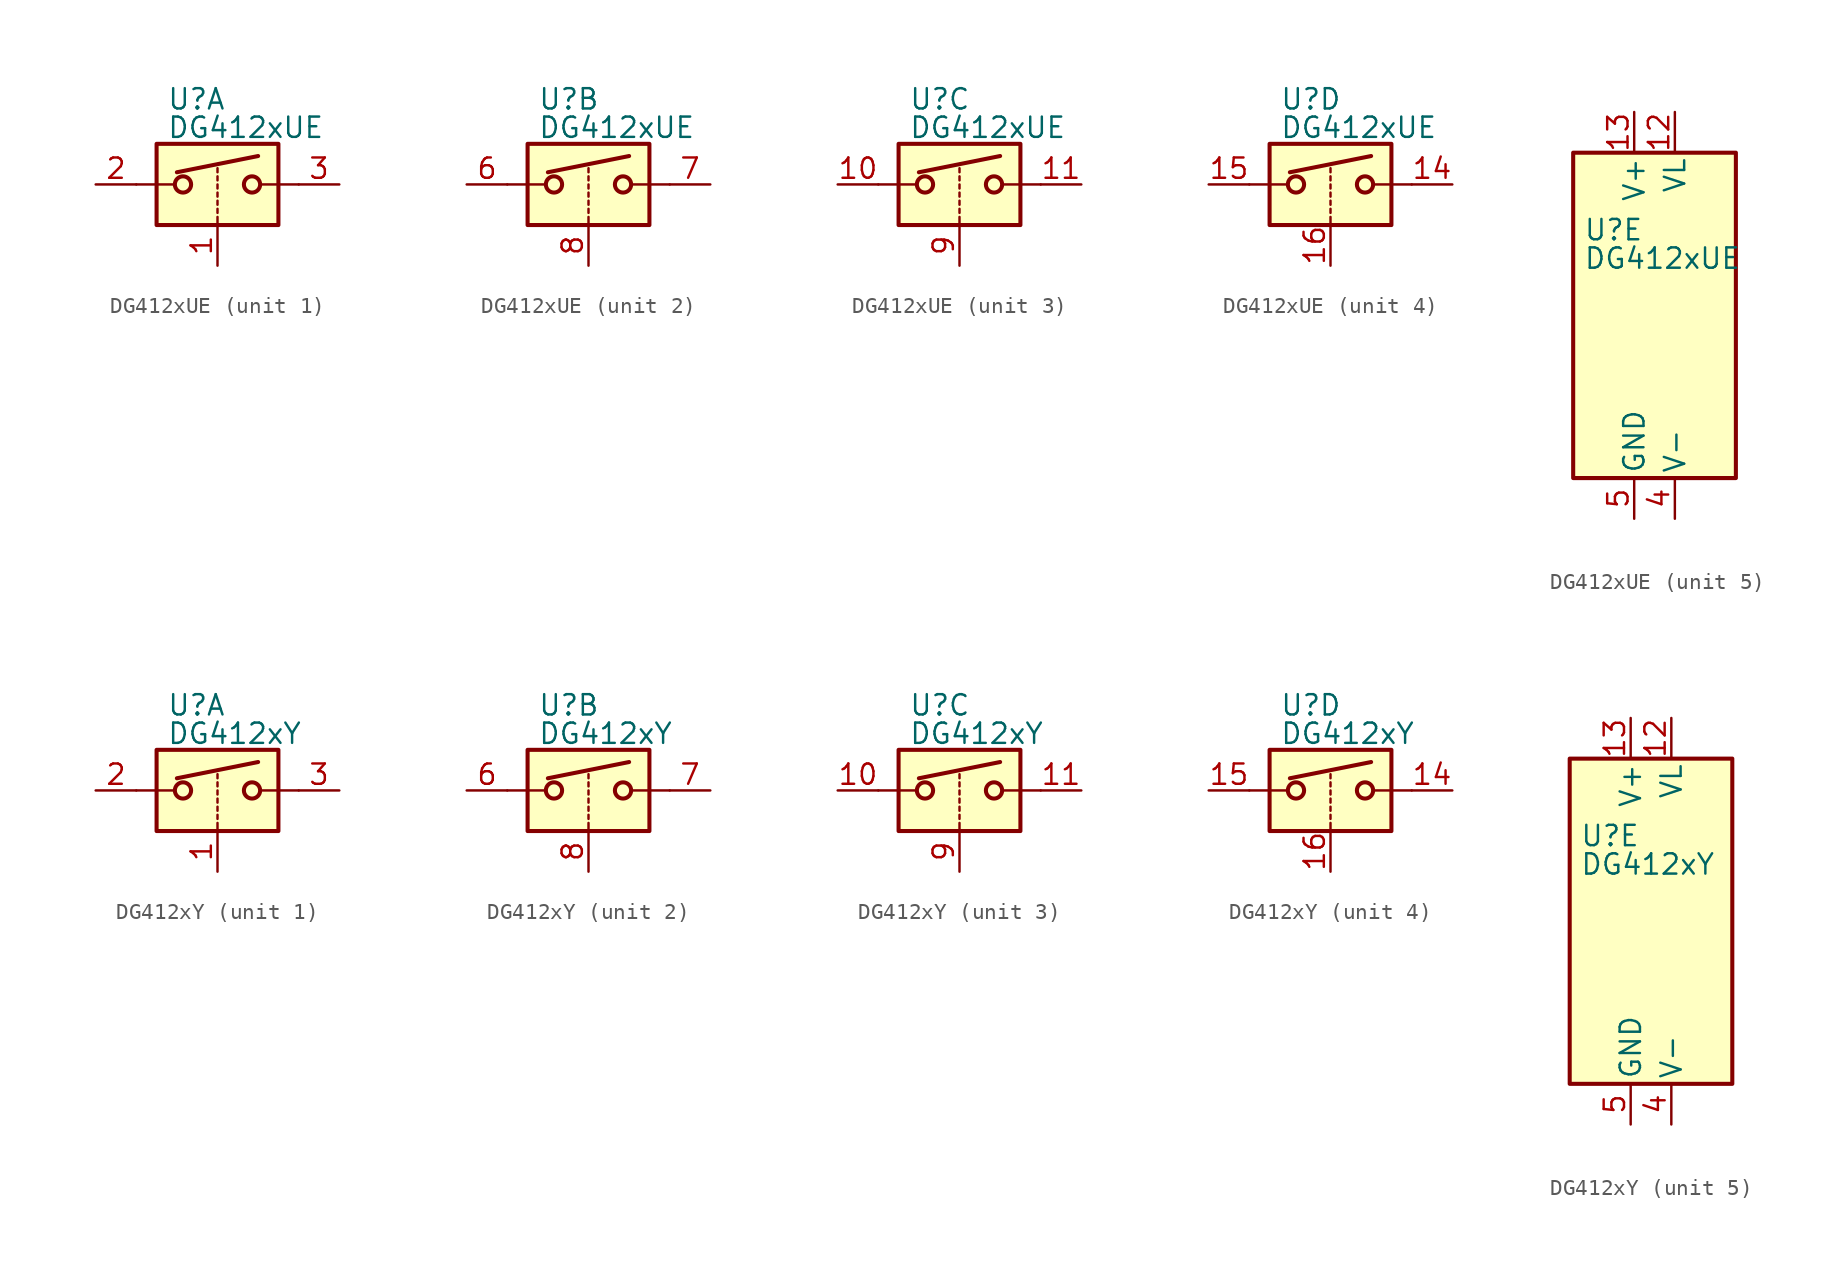
<source format=kicad_sym>
(kicad_symbol_lib
  (version 20220914)
  (generator kicad_symbol_editor)
  (symbol "DG412xUE"
    (pin_names
      (offset 0.254))
    (property "Reference" "U"
      (at -3.175 5.334 0)
      (effects (font (size 1.27 1.27)) (justify left)))
    (property "Value" "DG412xUE"
      (at -3.175 3.556 0)
      (effects (font (size 1.27 1.27)) (justify left)))
    (symbol "DG412xUE_1_1"
      (rectangle (start -3.81 2.54) (end 3.81 -2.54) (stroke (width 0.254) (type default)) (fill (type background)))
      (circle (center -2.159 0) (radius 0.508) (stroke (width 0.254) (type default)) (fill (type none)))
      (polyline (pts (xy -5.08 0) (xy -2.794 0)) (stroke (width 0) (type default)) (fill (type none)))
      (polyline (pts (xy -2.54 0.762) (xy 2.54 1.778)) (stroke (width 0.254) (type default)) (fill (type none)))
      (polyline (pts (xy 0 -2.54) (xy 0 -2.032)) (stroke (width 0) (type default)) (fill (type none)))
      (polyline (pts (xy 0 -1.778) (xy 0 -1.524)) (stroke (width 0) (type default)) (fill (type none)))
      (polyline (pts (xy 0 -1.27) (xy 0 -1.016)) (stroke (width 0) (type default)) (fill (type none)))
      (polyline (pts (xy 0 -0.762) (xy 0 -0.508)) (stroke (width 0) (type default)) (fill (type none)))
      (polyline (pts (xy 0 -0.254) (xy 0 0)) (stroke (width 0) (type default)) (fill (type none)))
      (polyline (pts (xy 0 0.254) (xy 0 0.508)) (stroke (width 0) (type default)) (fill (type none)))
      (polyline (pts (xy 0 0.762) (xy 0 1.016)) (stroke (width 0) (type default)) (fill (type none)))
      (polyline (pts (xy 5.08 0) (xy 2.794 0)) (stroke (width 0) (type default)) (fill (type none)))
      (circle (center 2.159 0) (radius 0.508) (stroke (width 0.254) (type default)) (fill (type none)))
      (pin input line (at 0 -5.08 90) (length 2.54) (name "~" (effects (font (size 1.27 1.27)))) (number "1" (effects (font (size 1.27 1.27)))))
      (pin passive line (at -7.62 0 0) (length 2.54) (name "~" (effects (font (size 1.27 1.27)))) (number "2" (effects (font (size 1.27 1.27)))))
      (pin passive line (at 7.62 0 180) (length 2.54) (name "~" (effects (font (size 1.27 1.27)))) (number "3" (effects (font (size 1.27 1.27))))))
    (symbol "DG412xUE_2_1"
      (rectangle (start -3.81 2.54) (end 3.81 -2.54) (stroke (width 0.254) (type default)) (fill (type background)))
      (circle (center -2.159 0) (radius 0.508) (stroke (width 0.254) (type default)) (fill (type none)))
      (polyline (pts (xy -5.08 0) (xy -2.794 0)) (stroke (width 0) (type default)) (fill (type none)))
      (polyline (pts (xy -2.54 0.762) (xy 2.54 1.778)) (stroke (width 0.254) (type default)) (fill (type none)))
      (polyline (pts (xy 0 -2.54) (xy 0 -2.032)) (stroke (width 0) (type default)) (fill (type none)))
      (polyline (pts (xy 0 -1.778) (xy 0 -1.524)) (stroke (width 0) (type default)) (fill (type none)))
      (polyline (pts (xy 0 -1.27) (xy 0 -1.016)) (stroke (width 0) (type default)) (fill (type none)))
      (polyline (pts (xy 0 -0.762) (xy 0 -0.508)) (stroke (width 0) (type default)) (fill (type none)))
      (polyline (pts (xy 0 -0.254) (xy 0 0)) (stroke (width 0) (type default)) (fill (type none)))
      (polyline (pts (xy 0 0.254) (xy 0 0.508)) (stroke (width 0) (type default)) (fill (type none)))
      (polyline (pts (xy 0 0.762) (xy 0 1.016)) (stroke (width 0) (type default)) (fill (type none)))
      (polyline (pts (xy 5.08 0) (xy 2.794 0)) (stroke (width 0) (type default)) (fill (type none)))
      (circle (center 2.159 0) (radius 0.508) (stroke (width 0.254) (type default)) (fill (type none)))
      (pin passive line (at -7.62 0 0) (length 2.54) (name "~" (effects (font (size 1.27 1.27)))) (number "6" (effects (font (size 1.27 1.27)))))
      (pin passive line (at 7.62 0 180) (length 2.54) (name "~" (effects (font (size 1.27 1.27)))) (number "7" (effects (font (size 1.27 1.27)))))
      (pin input line (at 0 -5.08 90) (length 2.54) (name "~" (effects (font (size 1.27 1.27)))) (number "8" (effects (font (size 1.27 1.27))))))
    (symbol "DG412xUE_3_1"
      (rectangle (start -3.81 2.54) (end 3.81 -2.54) (stroke (width 0.254) (type default)) (fill (type background)))
      (circle (center -2.159 0) (radius 0.508) (stroke (width 0.254) (type default)) (fill (type none)))
      (polyline (pts (xy -5.08 0) (xy -2.794 0)) (stroke (width 0) (type default)) (fill (type none)))
      (polyline (pts (xy -2.54 0.762) (xy 2.54 1.778)) (stroke (width 0.254) (type default)) (fill (type none)))
      (polyline (pts (xy 0 -2.54) (xy 0 -2.032)) (stroke (width 0) (type default)) (fill (type none)))
      (polyline (pts (xy 0 -1.778) (xy 0 -1.524)) (stroke (width 0) (type default)) (fill (type none)))
      (polyline (pts (xy 0 -1.27) (xy 0 -1.016)) (stroke (width 0) (type default)) (fill (type none)))
      (polyline (pts (xy 0 -0.762) (xy 0 -0.508)) (stroke (width 0) (type default)) (fill (type none)))
      (polyline (pts (xy 0 -0.254) (xy 0 0)) (stroke (width 0) (type default)) (fill (type none)))
      (polyline (pts (xy 0 0.254) (xy 0 0.508)) (stroke (width 0) (type default)) (fill (type none)))
      (polyline (pts (xy 0 0.762) (xy 0 1.016)) (stroke (width 0) (type default)) (fill (type none)))
      (polyline (pts (xy 5.08 0) (xy 2.794 0)) (stroke (width 0) (type default)) (fill (type none)))
      (circle (center 2.159 0) (radius 0.508) (stroke (width 0.254) (type default)) (fill (type none)))
      (pin passive line (at -7.62 0 0) (length 2.54) (name "~" (effects (font (size 1.27 1.27)))) (number "10" (effects (font (size 1.27 1.27)))))
      (pin passive line (at 7.62 0 180) (length 2.54) (name "~" (effects (font (size 1.27 1.27)))) (number "11" (effects (font (size 1.27 1.27)))))
      (pin input line (at 0 -5.08 90) (length 2.54) (name "~" (effects (font (size 1.27 1.27)))) (number "9" (effects (font (size 1.27 1.27))))))
    (symbol "DG412xUE_4_1"
      (rectangle (start -3.81 2.54) (end 3.81 -2.54) (stroke (width 0.254) (type default)) (fill (type background)))
      (circle (center -2.159 0) (radius 0.508) (stroke (width 0.254) (type default)) (fill (type none)))
      (polyline (pts (xy -5.08 0) (xy -2.794 0)) (stroke (width 0) (type default)) (fill (type none)))
      (polyline (pts (xy -2.54 0.762) (xy 2.54 1.778)) (stroke (width 0.254) (type default)) (fill (type none)))
      (polyline (pts (xy 0 -2.54) (xy 0 -2.032)) (stroke (width 0) (type default)) (fill (type none)))
      (polyline (pts (xy 0 -1.778) (xy 0 -1.524)) (stroke (width 0) (type default)) (fill (type none)))
      (polyline (pts (xy 0 -1.27) (xy 0 -1.016)) (stroke (width 0) (type default)) (fill (type none)))
      (polyline (pts (xy 0 -0.762) (xy 0 -0.508)) (stroke (width 0) (type default)) (fill (type none)))
      (polyline (pts (xy 0 -0.254) (xy 0 0)) (stroke (width 0) (type default)) (fill (type none)))
      (polyline (pts (xy 0 0.254) (xy 0 0.508)) (stroke (width 0) (type default)) (fill (type none)))
      (polyline (pts (xy 0 0.762) (xy 0 1.016)) (stroke (width 0) (type default)) (fill (type none)))
      (polyline (pts (xy 5.08 0) (xy 2.794 0)) (stroke (width 0) (type default)) (fill (type none)))
      (circle (center 2.159 0) (radius 0.508) (stroke (width 0.254) (type default)) (fill (type none)))
      (pin passive line (at 7.62 0 180) (length 2.54) (name "~" (effects (font (size 1.27 1.27)))) (number "14" (effects (font (size 1.27 1.27)))))
      (pin passive line (at -7.62 0 0) (length 2.54) (name "~" (effects (font (size 1.27 1.27)))) (number "15" (effects (font (size 1.27 1.27)))))
      (pin input line (at 0 -5.08 90) (length 2.54) (name "~" (effects (font (size 1.27 1.27)))) (number "16" (effects (font (size 1.27 1.27))))))
    (symbol "DG412xUE_5_0"
      (pin power_in line (at 2.54 12.7 270) (length 2.54) (name "VL" (effects (font (size 1.27 1.27)))) (number "12" (effects (font (size 1.27 1.27)))))
      (pin power_in line (at 0 12.7 270) (length 2.54) (name "V+" (effects (font (size 1.27 1.27)))) (number "13" (effects (font (size 1.27 1.27)))))
      (pin power_in line (at 2.54 -12.7 90) (length 2.54) (name "V-" (effects (font (size 1.27 1.27)))) (number "4" (effects (font (size 1.27 1.27)))))
      (pin power_in line (at 0 -12.7 90) (length 2.54) (name "GND" (effects (font (size 1.27 1.27)))) (number "5" (effects (font (size 1.27 1.27))))))
    (symbol "DG412xUE_5_1"
      (rectangle (start -3.81 10.16) (end 6.35 -10.16) (stroke (width 0.254) (type default)) (fill (type background)))))
  (symbol "DG412xY"
    (pin_names
      (offset 0.254))
    (property "Reference" "U"
      (at -3.175 5.334 0)
      (effects (font (size 1.27 1.27)) (justify left)))
    (property "Value" "DG412xY"
      (at -3.175 3.556 0)
      (effects (font (size 1.27 1.27)) (justify left)))
    (symbol "DG412xY_1_1"
      (rectangle (start -3.81 2.54) (end 3.81 -2.54) (stroke (width 0.254) (type default)) (fill (type background)))
      (circle (center -2.159 0) (radius 0.508) (stroke (width 0.254) (type default)) (fill (type none)))
      (polyline (pts (xy -5.08 0) (xy -2.794 0)) (stroke (width 0) (type default)) (fill (type none)))
      (polyline (pts (xy -2.54 0.762) (xy 2.54 1.778)) (stroke (width 0.254) (type default)) (fill (type none)))
      (polyline (pts (xy 0 -2.54) (xy 0 -2.032)) (stroke (width 0) (type default)) (fill (type none)))
      (polyline (pts (xy 0 -1.778) (xy 0 -1.524)) (stroke (width 0) (type default)) (fill (type none)))
      (polyline (pts (xy 0 -1.27) (xy 0 -1.016)) (stroke (width 0) (type default)) (fill (type none)))
      (polyline (pts (xy 0 -0.762) (xy 0 -0.508)) (stroke (width 0) (type default)) (fill (type none)))
      (polyline (pts (xy 0 -0.254) (xy 0 0)) (stroke (width 0) (type default)) (fill (type none)))
      (polyline (pts (xy 0 0.254) (xy 0 0.508)) (stroke (width 0) (type default)) (fill (type none)))
      (polyline (pts (xy 0 0.762) (xy 0 1.016)) (stroke (width 0) (type default)) (fill (type none)))
      (polyline (pts (xy 5.08 0) (xy 2.794 0)) (stroke (width 0) (type default)) (fill (type none)))
      (circle (center 2.159 0) (radius 0.508) (stroke (width 0.254) (type default)) (fill (type none)))
      (pin input line (at 0 -5.08 90) (length 2.54) (name "~" (effects (font (size 1.27 1.27)))) (number "1" (effects (font (size 1.27 1.27)))))
      (pin passive line (at -7.62 0 0) (length 2.54) (name "~" (effects (font (size 1.27 1.27)))) (number "2" (effects (font (size 1.27 1.27)))))
      (pin passive line (at 7.62 0 180) (length 2.54) (name "~" (effects (font (size 1.27 1.27)))) (number "3" (effects (font (size 1.27 1.27))))))
    (symbol "DG412xY_2_1"
      (rectangle (start -3.81 2.54) (end 3.81 -2.54) (stroke (width 0.254) (type default)) (fill (type background)))
      (circle (center -2.159 0) (radius 0.508) (stroke (width 0.254) (type default)) (fill (type none)))
      (polyline (pts (xy -5.08 0) (xy -2.794 0)) (stroke (width 0) (type default)) (fill (type none)))
      (polyline (pts (xy -2.54 0.762) (xy 2.54 1.778)) (stroke (width 0.254) (type default)) (fill (type none)))
      (polyline (pts (xy 0 -2.54) (xy 0 -2.032)) (stroke (width 0) (type default)) (fill (type none)))
      (polyline (pts (xy 0 -1.778) (xy 0 -1.524)) (stroke (width 0) (type default)) (fill (type none)))
      (polyline (pts (xy 0 -1.27) (xy 0 -1.016)) (stroke (width 0) (type default)) (fill (type none)))
      (polyline (pts (xy 0 -0.762) (xy 0 -0.508)) (stroke (width 0) (type default)) (fill (type none)))
      (polyline (pts (xy 0 -0.254) (xy 0 0)) (stroke (width 0) (type default)) (fill (type none)))
      (polyline (pts (xy 0 0.254) (xy 0 0.508)) (stroke (width 0) (type default)) (fill (type none)))
      (polyline (pts (xy 0 0.762) (xy 0 1.016)) (stroke (width 0) (type default)) (fill (type none)))
      (polyline (pts (xy 5.08 0) (xy 2.794 0)) (stroke (width 0) (type default)) (fill (type none)))
      (circle (center 2.159 0) (radius 0.508) (stroke (width 0.254) (type default)) (fill (type none)))
      (pin passive line (at -7.62 0 0) (length 2.54) (name "~" (effects (font (size 1.27 1.27)))) (number "6" (effects (font (size 1.27 1.27)))))
      (pin passive line (at 7.62 0 180) (length 2.54) (name "~" (effects (font (size 1.27 1.27)))) (number "7" (effects (font (size 1.27 1.27)))))
      (pin input line (at 0 -5.08 90) (length 2.54) (name "~" (effects (font (size 1.27 1.27)))) (number "8" (effects (font (size 1.27 1.27))))))
    (symbol "DG412xY_3_1"
      (rectangle (start -3.81 2.54) (end 3.81 -2.54) (stroke (width 0.254) (type default)) (fill (type background)))
      (circle (center -2.159 0) (radius 0.508) (stroke (width 0.254) (type default)) (fill (type none)))
      (polyline (pts (xy -5.08 0) (xy -2.794 0)) (stroke (width 0) (type default)) (fill (type none)))
      (polyline (pts (xy -2.54 0.762) (xy 2.54 1.778)) (stroke (width 0.254) (type default)) (fill (type none)))
      (polyline (pts (xy 0 -2.54) (xy 0 -2.032)) (stroke (width 0) (type default)) (fill (type none)))
      (polyline (pts (xy 0 -1.778) (xy 0 -1.524)) (stroke (width 0) (type default)) (fill (type none)))
      (polyline (pts (xy 0 -1.27) (xy 0 -1.016)) (stroke (width 0) (type default)) (fill (type none)))
      (polyline (pts (xy 0 -0.762) (xy 0 -0.508)) (stroke (width 0) (type default)) (fill (type none)))
      (polyline (pts (xy 0 -0.254) (xy 0 0)) (stroke (width 0) (type default)) (fill (type none)))
      (polyline (pts (xy 0 0.254) (xy 0 0.508)) (stroke (width 0) (type default)) (fill (type none)))
      (polyline (pts (xy 0 0.762) (xy 0 1.016)) (stroke (width 0) (type default)) (fill (type none)))
      (polyline (pts (xy 5.08 0) (xy 2.794 0)) (stroke (width 0) (type default)) (fill (type none)))
      (circle (center 2.159 0) (radius 0.508) (stroke (width 0.254) (type default)) (fill (type none)))
      (pin passive line (at -7.62 0 0) (length 2.54) (name "~" (effects (font (size 1.27 1.27)))) (number "10" (effects (font (size 1.27 1.27)))))
      (pin passive line (at 7.62 0 180) (length 2.54) (name "~" (effects (font (size 1.27 1.27)))) (number "11" (effects (font (size 1.27 1.27)))))
      (pin input line (at 0 -5.08 90) (length 2.54) (name "~" (effects (font (size 1.27 1.27)))) (number "9" (effects (font (size 1.27 1.27))))))
    (symbol "DG412xY_4_1"
      (rectangle (start -3.81 2.54) (end 3.81 -2.54) (stroke (width 0.254) (type default)) (fill (type background)))
      (circle (center -2.159 0) (radius 0.508) (stroke (width 0.254) (type default)) (fill (type none)))
      (polyline (pts (xy -5.08 0) (xy -2.794 0)) (stroke (width 0) (type default)) (fill (type none)))
      (polyline (pts (xy -2.54 0.762) (xy 2.54 1.778)) (stroke (width 0.254) (type default)) (fill (type none)))
      (polyline (pts (xy 0 -2.54) (xy 0 -2.032)) (stroke (width 0) (type default)) (fill (type none)))
      (polyline (pts (xy 0 -1.778) (xy 0 -1.524)) (stroke (width 0) (type default)) (fill (type none)))
      (polyline (pts (xy 0 -1.27) (xy 0 -1.016)) (stroke (width 0) (type default)) (fill (type none)))
      (polyline (pts (xy 0 -0.762) (xy 0 -0.508)) (stroke (width 0) (type default)) (fill (type none)))
      (polyline (pts (xy 0 -0.254) (xy 0 0)) (stroke (width 0) (type default)) (fill (type none)))
      (polyline (pts (xy 0 0.254) (xy 0 0.508)) (stroke (width 0) (type default)) (fill (type none)))
      (polyline (pts (xy 0 0.762) (xy 0 1.016)) (stroke (width 0) (type default)) (fill (type none)))
      (polyline (pts (xy 5.08 0) (xy 2.794 0)) (stroke (width 0) (type default)) (fill (type none)))
      (circle (center 2.159 0) (radius 0.508) (stroke (width 0.254) (type default)) (fill (type none)))
      (pin passive line (at 7.62 0 180) (length 2.54) (name "~" (effects (font (size 1.27 1.27)))) (number "14" (effects (font (size 1.27 1.27)))))
      (pin passive line (at -7.62 0 0) (length 2.54) (name "~" (effects (font (size 1.27 1.27)))) (number "15" (effects (font (size 1.27 1.27)))))
      (pin input line (at 0 -5.08 90) (length 2.54) (name "~" (effects (font (size 1.27 1.27)))) (number "16" (effects (font (size 1.27 1.27))))))
    (symbol "DG412xY_5_0"
      (pin power_in line (at 2.54 12.7 270) (length 2.54) (name "VL" (effects (font (size 1.27 1.27)))) (number "12" (effects (font (size 1.27 1.27)))))
      (pin power_in line (at 0 12.7 270) (length 2.54) (name "V+" (effects (font (size 1.27 1.27)))) (number "13" (effects (font (size 1.27 1.27)))))
      (pin power_in line (at 2.54 -12.7 90) (length 2.54) (name "V-" (effects (font (size 1.27 1.27)))) (number "4" (effects (font (size 1.27 1.27)))))
      (pin power_in line (at 0 -12.7 90) (length 2.54) (name "GND" (effects (font (size 1.27 1.27)))) (number "5" (effects (font (size 1.27 1.27))))))
    (symbol "DG412xY_5_1"
      (rectangle (start -3.81 10.16) (end 6.35 -10.16) (stroke (width 0.254) (type default)) (fill (type background))))))
</source>
